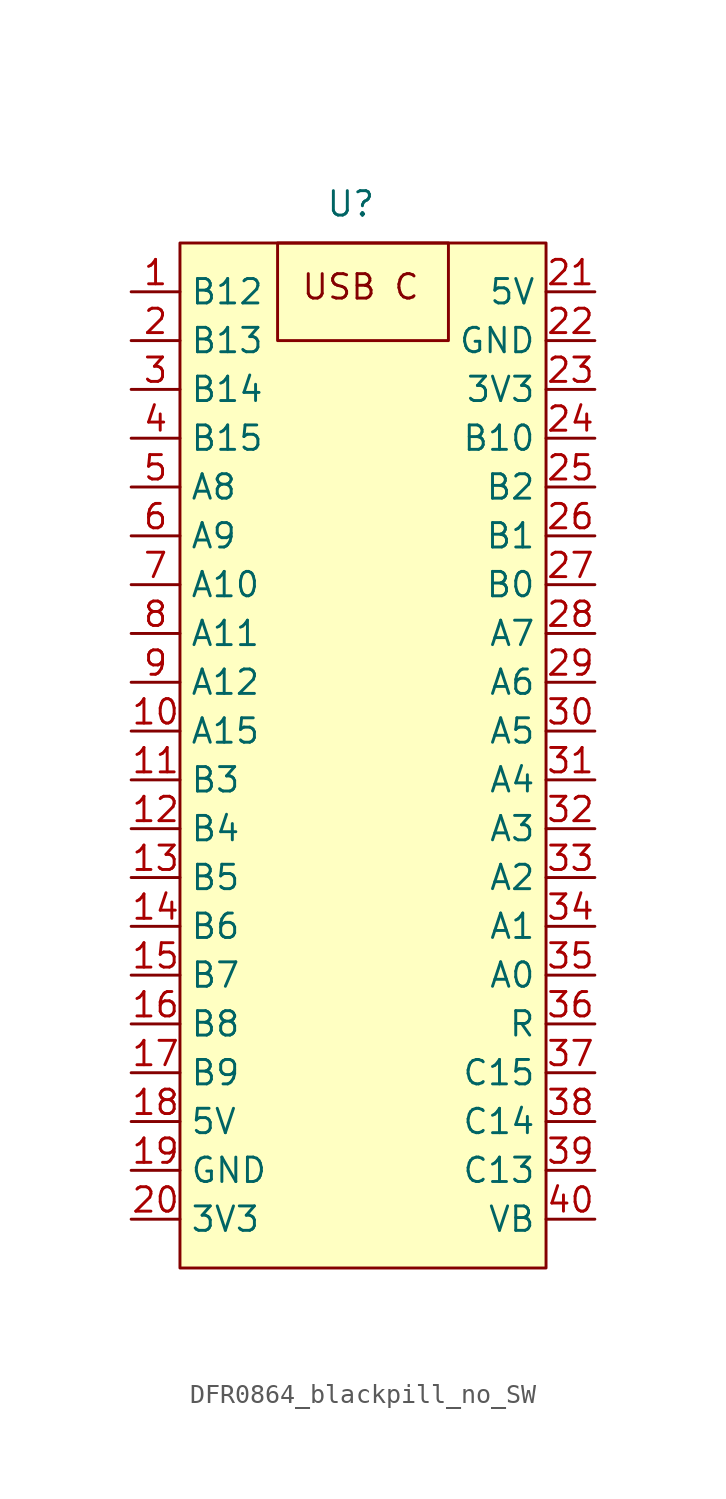
<source format=kicad_sym>
(kicad_symbol_lib
  (version 20241209)
  (generator "kicad_symbol_editor")
  (generator_version "9.0")
  (symbol "DFR0864_blackpill_no_SW"
    (property "Reference" "U"
      (at 0 9.652 0)
      (effects (font (size 1.27 1.27))))
    (property "Value" ""
      (at 0 0 0)
      (effects (font (size 1.27 1.27))))
    (symbol "DFR0864_blackpill_no_SW_0_1"
      (rectangle (start -3.81 7.62) (end 5.08 2.54) (stroke (width 0) (type default)) (fill (type none))))
    (symbol "DFR0864_blackpill_no_SW_1_1"
      (rectangle (start -8.89 7.62) (end 10.16 -45.72) (stroke (width 0) (type solid)) (fill (type background)))
      (text "USB C\n" (at 0.508 5.334 0) (effects (font (size 1.27 1.27))))
      (pin bidirectional line (at -11.43 5.08 0) (length 2.54) (name "B12" (effects (font (size 1.27 1.27)))) (number "1" (effects (font (size 1.27 1.27)))))
      (pin bidirectional line (at -11.43 2.54 0) (length 2.54) (name "B13" (effects (font (size 1.27 1.27)))) (number "2" (effects (font (size 1.27 1.27)))))
      (pin bidirectional line (at -11.43 0 0) (length 2.54) (name "B14" (effects (font (size 1.27 1.27)))) (number "3" (effects (font (size 1.27 1.27)))))
      (pin bidirectional line (at -11.43 -2.54 0) (length 2.54) (name "B15" (effects (font (size 1.27 1.27)))) (number "4" (effects (font (size 1.27 1.27)))))
      (pin bidirectional line (at -11.43 -5.08 0) (length 2.54) (name "A8" (effects (font (size 1.27 1.27)))) (number "5" (effects (font (size 1.27 1.27)))))
      (pin bidirectional line (at -11.43 -7.62 0) (length 2.54) (name "A9" (effects (font (size 1.27 1.27)))) (number "6" (effects (font (size 1.27 1.27)))))
      (pin bidirectional line (at -11.43 -10.16 0) (length 2.54) (name "A10" (effects (font (size 1.27 1.27)))) (number "7" (effects (font (size 1.27 1.27)))))
      (pin bidirectional line (at -11.43 -12.7 0) (length 2.54) (name "A11" (effects (font (size 1.27 1.27)))) (number "8" (effects (font (size 1.27 1.27)))))
      (pin bidirectional line (at -11.43 -15.24 0) (length 2.54) (name "A12" (effects (font (size 1.27 1.27)))) (number "9" (effects (font (size 1.27 1.27)))))
      (pin bidirectional line (at -11.43 -17.78 0) (length 2.54) (name "A15" (effects (font (size 1.27 1.27)))) (number "10" (effects (font (size 1.27 1.27)))))
      (pin bidirectional line (at -11.43 -20.32 0) (length 2.54) (name "B3" (effects (font (size 1.27 1.27)))) (number "11" (effects (font (size 1.27 1.27)))))
      (pin bidirectional line (at -11.43 -22.86 0) (length 2.54) (name "B4" (effects (font (size 1.27 1.27)))) (number "12" (effects (font (size 1.27 1.27)))))
      (pin bidirectional line (at -11.43 -25.4 0) (length 2.54) (name "B5" (effects (font (size 1.27 1.27)))) (number "13" (effects (font (size 1.27 1.27)))))
      (pin bidirectional line (at -11.43 -27.94 0) (length 2.54) (name "B6" (effects (font (size 1.27 1.27)))) (number "14" (effects (font (size 1.27 1.27)))))
      (pin bidirectional line (at -11.43 -30.48 0) (length 2.54) (name "B7" (effects (font (size 1.27 1.27)))) (number "15" (effects (font (size 1.27 1.27)))))
      (pin bidirectional line (at -11.43 -33.02 0) (length 2.54) (name "B8" (effects (font (size 1.27 1.27)))) (number "16" (effects (font (size 1.27 1.27)))))
      (pin bidirectional line (at -11.43 -35.56 0) (length 2.54) (name "B9" (effects (font (size 1.27 1.27)))) (number "17" (effects (font (size 1.27 1.27)))))
      (pin power_in line (at -11.43 -38.1 0) (length 2.54) (name "5V" (effects (font (size 1.27 1.27)))) (number "18" (effects (font (size 1.27 1.27)))))
      (pin power_in line (at -11.43 -40.64 0) (length 2.54) (name "GND" (effects (font (size 1.27 1.27)))) (number "19" (effects (font (size 1.27 1.27)))))
      (pin power_out line (at -11.43 -43.18 0) (length 2.54) (name "3V3" (effects (font (size 1.27 1.27)))) (number "20" (effects (font (size 1.27 1.27)))))
      (pin power_in line (at 12.7 5.08 180) (length 2.54) (name "5V" (effects (font (size 1.27 1.27)))) (number "21" (effects (font (size 1.27 1.27)))))
      (pin power_in line (at 12.7 2.54 180) (length 2.54) (name "GND" (effects (font (size 1.27 1.27)))) (number "22" (effects (font (size 1.27 1.27)))))
      (pin power_out line (at 12.7 0 180) (length 2.54) (name "3V3" (effects (font (size 1.27 1.27)))) (number "23" (effects (font (size 1.27 1.27)))))
      (pin bidirectional line (at 12.7 -2.54 180) (length 2.54) (name "B10" (effects (font (size 1.27 1.27)))) (number "24" (effects (font (size 1.27 1.27)))))
      (pin bidirectional line (at 12.7 -5.08 180) (length 2.54) (name "B2" (effects (font (size 1.27 1.27)))) (number "25" (effects (font (size 1.27 1.27)))))
      (pin bidirectional line (at 12.7 -7.62 180) (length 2.54) (name "B1" (effects (font (size 1.27 1.27)))) (number "26" (effects (font (size 1.27 1.27)))))
      (pin bidirectional line (at 12.7 -10.16 180) (length 2.54) (name "B0" (effects (font (size 1.27 1.27)))) (number "27" (effects (font (size 1.27 1.27)))))
      (pin bidirectional line (at 12.7 -12.7 180) (length 2.54) (name "A7" (effects (font (size 1.27 1.27)))) (number "28" (effects (font (size 1.27 1.27)))))
      (pin bidirectional line (at 12.7 -15.24 180) (length 2.54) (name "A6" (effects (font (size 1.27 1.27)))) (number "29" (effects (font (size 1.27 1.27)))))
      (pin bidirectional line (at 12.7 -17.78 180) (length 2.54) (name "A5" (effects (font (size 1.27 1.27)))) (number "30" (effects (font (size 1.27 1.27)))))
      (pin bidirectional line (at 12.7 -20.32 180) (length 2.54) (name "A4" (effects (font (size 1.27 1.27)))) (number "31" (effects (font (size 1.27 1.27)))))
      (pin bidirectional line (at 12.7 -22.86 180) (length 2.54) (name "A3" (effects (font (size 1.27 1.27)))) (number "32" (effects (font (size 1.27 1.27)))))
      (pin bidirectional line (at 12.7 -25.4 180) (length 2.54) (name "A2" (effects (font (size 1.27 1.27)))) (number "33" (effects (font (size 1.27 1.27)))))
      (pin bidirectional line (at 12.7 -27.94 180) (length 2.54) (name "A1" (effects (font (size 1.27 1.27)))) (number "34" (effects (font (size 1.27 1.27)))))
      (pin bidirectional line (at 12.7 -30.48 180) (length 2.54) (name "A0" (effects (font (size 1.27 1.27)))) (number "35" (effects (font (size 1.27 1.27)))))
      (pin bidirectional line (at 12.7 -33.02 180) (length 2.54) (name "R" (effects (font (size 1.27 1.27)))) (number "36" (effects (font (size 1.27 1.27)))))
      (pin bidirectional line (at 12.7 -35.56 180) (length 2.54) (name "C15" (effects (font (size 1.27 1.27)))) (number "37" (effects (font (size 1.27 1.27)))))
      (pin bidirectional line (at 12.7 -38.1 180) (length 2.54) (name "C14" (effects (font (size 1.27 1.27)))) (number "38" (effects (font (size 1.27 1.27)))))
      (pin bidirectional line (at 12.7 -40.64 180) (length 2.54) (name "C13" (effects (font (size 1.27 1.27)))) (number "39" (effects (font (size 1.27 1.27)))))
      (pin bidirectional line (at 12.7 -43.18 180) (length 2.54) (name "VB" (effects (font (size 1.27 1.27)))) (number "40" (effects (font (size 1.27 1.27))))))))
</source>
